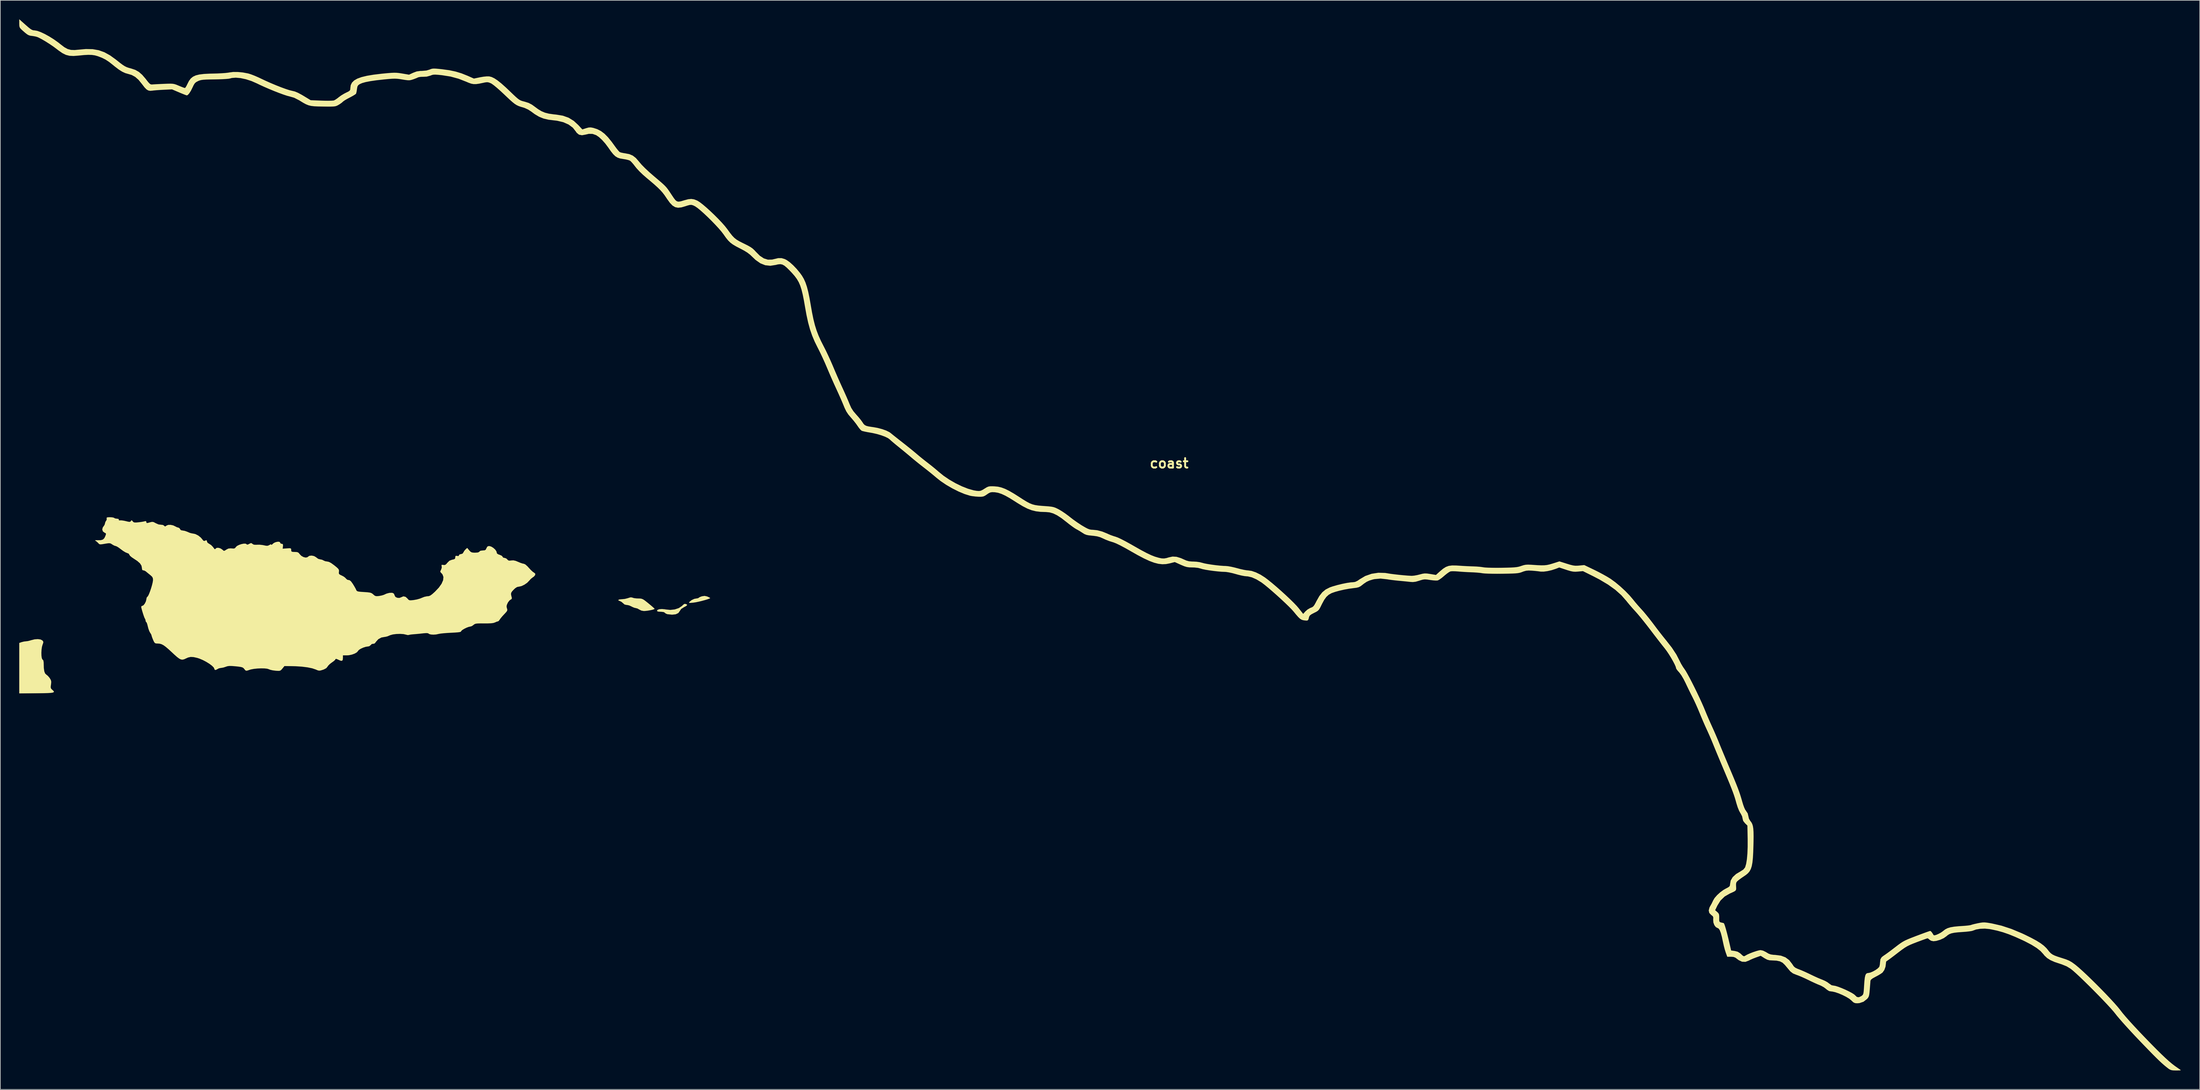
<source format=kicad_pcb>
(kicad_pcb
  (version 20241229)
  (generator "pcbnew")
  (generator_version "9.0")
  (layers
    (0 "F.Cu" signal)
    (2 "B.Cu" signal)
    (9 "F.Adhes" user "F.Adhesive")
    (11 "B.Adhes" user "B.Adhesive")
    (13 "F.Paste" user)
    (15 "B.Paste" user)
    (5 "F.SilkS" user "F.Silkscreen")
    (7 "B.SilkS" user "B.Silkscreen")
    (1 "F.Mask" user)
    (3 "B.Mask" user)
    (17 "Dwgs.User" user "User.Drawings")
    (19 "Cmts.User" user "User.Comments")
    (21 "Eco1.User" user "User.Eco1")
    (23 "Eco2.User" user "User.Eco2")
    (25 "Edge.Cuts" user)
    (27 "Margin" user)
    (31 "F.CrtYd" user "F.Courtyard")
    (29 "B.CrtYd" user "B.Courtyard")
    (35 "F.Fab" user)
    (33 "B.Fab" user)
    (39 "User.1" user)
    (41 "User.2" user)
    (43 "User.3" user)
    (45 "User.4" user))
  (footprint "coast"
    (layer "F.Cu")
    (at 182.131 70.358)
    (property "Reference" "coast" (at 0 0 0) (layer "F.SilkS") (effects (font (size 1.5 1.5) (thickness 0.3))))
    (attr board_only exclude_from_pos_files exclude_from_bom)
    (fp_poly (pts (xy -73.2 21.094) (xy -73.113 21.129) (xy -72.844 21.253) (xy -72.698 21.344) (xy -72.688 21.358) (xy -72.794 21.432) (xy -73.077 21.538) (xy -73.484 21.664) (xy -73.964 21.795) (xy -74.463 21.917) (xy -74.93 22.015) (xy -75.312 22.075) (xy -75.345 22.079) (xy -75.76 22.117) (xy -75.981 22.121) (xy -76.048 22.081) (xy -76.001 21.991) (xy -75.974 21.958) (xy -75.639 21.68) (xy -75.209 21.481) (xy -74.867 21.42) (xy -74.617 21.379) (xy -74.505 21.306) (xy -74.355 21.205) (xy -74.071 21.096) (xy -73.986 21.072) (xy -73.579 21.012)) (stroke (width 0) (type solid)) (fill yes) (layer "F.SilkS"))
    (fp_poly (pts (xy -76.57 22.292) (xy -76.368 22.386) (xy -76.355 22.495) (xy -76.542 22.641) (xy -76.85 22.803) (xy -77.285 23.084) (xy -77.5 23.396) (xy -77.733 23.726) (xy -78.149 23.925) (xy -78.731 23.988) (xy -79.467 23.912) (xy -79.477 23.91) (xy -79.738 23.808) (xy -79.864 23.692) (xy -80.056 23.576) (xy -80.452 23.528) (xy -80.537 23.527) (xy -80.906 23.507) (xy -81.084 23.438) (xy -81.116 23.357) (xy -81.011 23.211) (xy -80.731 23.119) (xy -80.333 23.091) (xy -79.871 23.134) (xy -79.745 23.158) (xy -79.013 23.232) (xy -78.299 23.154) (xy -77.66 22.939) (xy -77.153 22.601) (xy -77.008 22.445) (xy -76.777 22.277)) (stroke (width 0) (type solid)) (fill yes) (layer "F.SilkS"))
    (fp_poly (pts (xy -85.075 21.259) (xy -84.996 21.294) (xy -84.75 21.365) (xy -84.37 21.41) (xy -84.093 21.42) (xy -83.786 21.427) (xy -83.546 21.465) (xy -83.318 21.561) (xy -83.045 21.742) (xy -82.672 22.035) (xy -82.476 22.194) (xy -82.08 22.522) (xy -81.758 22.799) (xy -81.55 22.99) (xy -81.492 23.055) (xy -81.576 23.124) (xy -81.83 23.205) (xy -82.193 23.287) (xy -82.601 23.356) (xy -82.992 23.399) (xy -83.213 23.408) (xy -83.602 23.337) (xy -83.925 23.176) (xy -84.216 23.01) (xy -84.475 22.945) (xy -84.735 22.885) (xy -85.071 22.738) (xy -85.171 22.682) (xy -85.518 22.525) (xy -85.84 22.453) (xy -85.913 22.454) (xy -86.251 22.379) (xy -86.471 22.19) (xy -86.743 21.957) (xy -87.023 21.821) (xy -87.236 21.732) (xy -87.24 21.642) (xy -87.06 21.571) (xy -86.72 21.538) (xy -86.671 21.537) (xy -86.217 21.492) (xy -85.764 21.379) (xy -85.693 21.353) (xy -85.33 21.242)) (stroke (width 0) (type solid)) (fill yes) (layer "F.SilkS"))
    (fp_poly (pts (xy -178.758 27.916) (xy -178.466 28.068) (xy -178.455 28.08) (xy -178.334 28.244) (xy -178.321 28.412) (xy -178.413 28.68) (xy -178.437 28.738) (xy -178.537 29.091) (xy -178.601 29.538) (xy -178.626 30.02) (xy -178.615 30.476) (xy -178.566 30.844) (xy -178.479 31.064) (xy -178.439 31.095) (xy -178.314 31.238) (xy -178.262 31.563) (xy -178.26 31.706) (xy -178.239 32.433) (xy -178.167 32.955) (xy -178.038 33.297) (xy -177.852 33.48) (xy -177.61 33.673) (xy -177.353 33.968) (xy -177.292 34.055) (xy -177.122 34.351) (xy -177.062 34.619) (xy -177.09 34.973) (xy -177.104 35.061) (xy -177.15 35.418) (xy -177.124 35.635) (xy -177.005 35.799) (xy -176.9 35.892) (xy -176.727 36.049) (xy -176.642 36.172) (xy -176.665 36.265) (xy -176.815 36.333) (xy -177.113 36.38) (xy -177.579 36.41) (xy -178.232 36.429) (xy -179.093 36.439) (xy -179.413 36.442) (xy -182.131 36.461) (xy -182.131 32.464) (xy -182.131 28.466) (xy -181.762 28.338) (xy -181.395 28.245) (xy -181.075 28.209) (xy -180.762 28.17) (xy -180.372 28.071) (xy -180.258 28.034) (xy -179.718 27.897) (xy -179.197 27.858)) (stroke (width 0) (type solid)) (fill yes) (layer "F.SilkS"))
    (fp_poly (pts (xy -167.401 8.566) (xy -167.153 8.621) (xy -167.09 8.662) (xy -166.932 8.745) (xy -166.661 8.779) (xy -166.408 8.813) (xy -166.36 8.923) (xy -166.364 8.936) (xy -166.343 9.047) (xy -166.165 9.044) (xy -165.911 9.045) (xy -165.531 9.102) (xy -165.239 9.168) (xy -164.86 9.26) (xy -164.643 9.283) (xy -164.522 9.237) (xy -164.453 9.148) (xy -164.349 9.025) (xy -164.245 9.085) (xy -164.164 9.191) (xy -164.044 9.32) (xy -163.879 9.379) (xy -163.603 9.382) (xy -163.26 9.351) (xy -162.825 9.296) (xy -162.452 9.234) (xy -162.262 9.188) (xy -162.058 9.161) (xy -161.998 9.283) (xy -161.998 9.292) (xy -161.984 9.423) (xy -161.906 9.469) (xy -161.707 9.435) (xy -161.407 9.348) (xy -161.098 9.279) (xy -160.853 9.313) (xy -160.554 9.469) (xy -160.521 9.49) (xy -160.079 9.687) (xy -159.712 9.732) (xy -159.368 9.772) (xy -159.192 9.887) (xy -159.057 10.008) (xy -158.921 9.961) (xy -158.824 9.878) (xy -158.546 9.762) (xy -158.153 9.754) (xy -157.732 9.845) (xy -157.392 10.012) (xy -157.125 10.146) (xy -156.947 10.183) (xy -156.753 10.281) (xy -156.672 10.418) (xy -156.521 10.603) (xy -156.25 10.652) (xy -155.922 10.706) (xy -155.538 10.841) (xy -155.443 10.886) (xy -155.084 11.034) (xy -154.755 11.115) (xy -154.682 11.12) (xy -154.247 11.21) (xy -153.779 11.447) (xy -153.366 11.777) (xy -153.189 11.99) (xy -152.98 12.247) (xy -152.819 12.313) (xy -152.746 12.284) (xy -152.516 12.183) (xy -152.413 12.266) (xy -152.4 12.393) (xy -152.292 12.605) (xy -152.041 12.762) (xy -151.738 12.959) (xy -151.452 13.254) (xy -151.409 13.313) (xy -151.229 13.555) (xy -151.12 13.62) (xy -151.033 13.532) (xy -151.024 13.516) (xy -150.836 13.393) (xy -150.536 13.396) (xy -150.202 13.513) (xy -149.925 13.712) (xy -149.766 13.853) (xy -149.633 13.866) (xy -149.432 13.748) (xy -149.343 13.685) (xy -149.018 13.514) (xy -148.654 13.475) (xy -148.481 13.489) (xy -148.149 13.509) (xy -147.961 13.45) (xy -147.836 13.288) (xy -147.832 13.28) (xy -147.646 13.101) (xy -147.327 12.936) (xy -146.947 12.807) (xy -146.574 12.733) (xy -146.281 12.734) (xy -146.149 12.803) (xy -146.036 12.893) (xy -145.858 12.849) (xy -145.714 12.772) (xy -145.474 12.653) (xy -145.325 12.664) (xy -145.196 12.772) (xy -144.969 12.898) (xy -144.612 12.915) (xy -144.5 12.905) (xy -144.07 12.899) (xy -143.581 12.953) (xy -143.395 12.991) (xy -143.017 13.067) (xy -142.771 13.065) (xy -142.566 12.98) (xy -142.507 12.944) (xy -142.294 12.832) (xy -142.216 12.875) (xy -142.214 12.902) (xy -142.154 12.932) (xy -142.013 12.797) (xy -142.009 12.792) (xy -141.792 12.617) (xy -141.495 12.49) (xy -141.186 12.427) (xy -140.936 12.44) (xy -140.815 12.541) (xy -140.812 12.568) (xy -140.714 12.726) (xy -140.565 12.759) (xy -140.399 12.794) (xy -140.349 12.943) (xy -140.363 13.145) (xy -140.408 13.53) (xy -139.732 13.482) (xy -139.353 13.459) (xy -139.151 13.477) (xy -139.071 13.557) (xy -139.056 13.719) (xy -139.056 13.739) (xy -139.038 13.925) (xy -138.941 14.015) (xy -138.705 14.044) (xy -138.5 14.046) (xy -138.14 14.066) (xy -137.92 14.153) (xy -137.744 14.349) (xy -137.71 14.4) (xy -137.45 14.668) (xy -137.116 14.855) (xy -136.777 14.938) (xy -136.505 14.893) (xy -136.416 14.818) (xy -136.171 14.66) (xy -135.815 14.623) (xy -135.435 14.701) (xy -135.115 14.886) (xy -135.076 14.924) (xy -134.777 15.141) (xy -134.493 15.217) (xy -134.164 15.282) (xy -133.958 15.388) (xy -133.676 15.515) (xy -133.361 15.564) (xy -133.074 15.626) (xy -132.712 15.82) (xy -132.236 16.168) (xy -132.218 16.182) (xy -131.839 16.49) (xy -131.614 16.706) (xy -131.507 16.877) (xy -131.484 17.051) (xy -131.498 17.184) (xy -131.514 17.426) (xy -131.44 17.579) (xy -131.224 17.709) (xy -131.04 17.791) (xy -130.704 17.973) (xy -130.455 18.176) (xy -130.399 18.252) (xy -130.172 18.454) (xy -129.979 18.494) (xy -129.777 18.546) (xy -129.569 18.728) (xy -129.315 19.08) (xy -129.279 19.135) (xy -129.046 19.517) (xy -128.855 19.859) (xy -128.764 20.054) (xy -128.698 20.183) (xy -128.589 20.269) (xy -128.387 20.325) (xy -128.047 20.364) (xy -127.522 20.399) (xy -126.984 20.437) (xy -126.622 20.483) (xy -126.377 20.553) (xy -126.194 20.663) (xy -126.056 20.784) (xy -125.839 20.968) (xy -125.634 21.048) (xy -125.349 21.048) (xy -125.104 21.02) (xy -124.695 20.94) (xy -124.347 20.83) (xy -124.221 20.767) (xy -123.936 20.642) (xy -123.556 20.544) (xy -123.456 20.528) (xy -123.046 20.519) (xy -122.797 20.647) (xy -122.665 20.94) (xy -122.652 21.006) (xy -122.512 21.199) (xy -122.236 21.315) (xy -121.916 21.333) (xy -121.647 21.233) (xy -121.29 21.082) (xy -120.941 21.161) (xy -120.658 21.414) (xy -120.503 21.597) (xy -120.356 21.691) (xy -120.146 21.715) (xy -119.803 21.685) (xy -119.62 21.662) (xy -119.126 21.57) (xy -118.645 21.432) (xy -118.366 21.317) (xy -117.97 21.162) (xy -117.572 21.075) (xy -117.469 21.069) (xy -117.234 21.042) (xy -116.998 20.938) (xy -116.711 20.727) (xy -116.319 20.376) (xy -116.299 20.358) (xy -115.678 19.705) (xy -115.241 19.088) (xy -114.994 18.522) (xy -114.944 18.022) (xy -115.094 17.604) (xy -115.23 17.447) (xy -115.415 17.249) (xy -115.441 17.097) (xy -115.334 16.9) (xy -115.21 16.54) (xy -115.225 16.332) (xy -115.254 16.131) (xy -115.157 16.078) (xy -114.967 16.107) (xy -114.729 16.118) (xy -114.533 16.008) (xy -114.324 15.764) (xy -114.002 15.444) (xy -113.611 15.289) (xy -113.541 15.275) (xy -113.236 15.203) (xy -113.1 15.09) (xy -113.071 14.901) (xy -113.04 14.692) (xy -112.898 14.654) (xy -112.778 14.679) (xy -112.553 14.698) (xy -112.486 14.581) (xy -112.486 14.575) (xy -112.384 14.432) (xy -112.19 14.397) (xy -111.907 14.305) (xy -111.794 14.134) (xy -111.63 13.856) (xy -111.436 13.638) (xy -111.178 13.406) (xy -110.866 13.786) (xy -110.653 14.013) (xy -110.44 14.125) (xy -110.13 14.162) (xy -109.936 14.164) (xy -109.522 14.138) (xy -109.301 14.056) (xy -109.251 13.988) (xy -109.076 13.855) (xy -108.721 13.812) (xy -108.41 13.789) (xy -108.243 13.686) (xy -108.137 13.461) (xy -107.995 13.201) (xy -107.771 13.112) (xy -107.702 13.11) (xy -107.391 13.191) (xy -107.049 13.396) (xy -106.746 13.668) (xy -106.552 13.949) (xy -106.516 14.095) (xy -106.463 14.288) (xy -106.266 14.424) (xy -106.048 14.5) (xy -105.745 14.629) (xy -105.589 14.774) (xy -105.58 14.812) (xy -105.478 14.948) (xy -105.294 14.982) (xy -105.006 15.074) (xy -104.835 15.229) (xy -104.678 15.387) (xy -104.461 15.428) (xy -104.21 15.398) (xy -103.86 15.379) (xy -103.494 15.462) (xy -103.117 15.619) (xy -102.728 15.781) (xy -102.39 15.89) (xy -102.224 15.918) (xy -101.983 16.019) (xy -101.651 16.309) (xy -101.409 16.575) (xy -101.097 16.913) (xy -100.806 17.182) (xy -100.598 17.326) (xy -100.59 17.329) (xy -100.401 17.485) (xy -100.412 17.705) (xy -100.61 17.947) (xy -100.783 18.067) (xy -101.097 18.312) (xy -101.36 18.603) (xy -101.677 18.931) (xy -102.107 19.23) (xy -102.566 19.452) (xy -102.967 19.547) (xy -102.996 19.547) (xy -103.283 19.605) (xy -103.585 19.803) (xy -103.831 20.037) (xy -104.094 20.325) (xy -104.223 20.553) (xy -104.236 20.805) (xy -104.151 21.168) (xy -104.106 21.323) (xy -104.148 21.516) (xy -104.289 21.595) (xy -104.488 21.742) (xy -104.702 22.02) (xy -104.77 22.142) (xy -104.917 22.483) (xy -104.942 22.745) (xy -104.883 22.976) (xy -104.827 23.178) (xy -104.846 23.345) (xy -104.966 23.537) (xy -105.216 23.813) (xy -105.33 23.931) (xy -105.641 24.269) (xy -105.897 24.579) (xy -106.039 24.785) (xy -106.192 24.987) (xy -106.315 25.05) (xy -106.514 25.101) (xy -106.782 25.22) (xy -107.026 25.301) (xy -107.406 25.352) (xy -107.956 25.374) (xy -108.509 25.374) (xy -109.111 25.371) (xy -109.526 25.382) (xy -109.801 25.412) (xy -109.984 25.47) (xy -110.123 25.561) (xy -110.182 25.614) (xy -110.444 25.796) (xy -110.679 25.869) (xy -110.943 25.921) (xy -111.286 26.05) (xy -111.641 26.223) (xy -111.94 26.405) (xy -112.115 26.561) (xy -112.135 26.612) (xy -112.178 26.683) (xy -112.33 26.739) (xy -112.621 26.782) (xy -113.084 26.819) (xy -113.744 26.853) (xy -114.367 26.889) (xy -114.934 26.934) (xy -115.391 26.983) (xy -115.68 27.032) (xy -115.713 27.041) (xy -116.106 27.124) (xy -116.537 27.152) (xy -116.93 27.127) (xy -117.204 27.051) (xy -117.265 27.004) (xy -117.395 26.928) (xy -117.643 26.905) (xy -118.057 26.933) (xy -118.245 26.954) (xy -118.778 27.012) (xy -119.32 27.063) (xy -119.706 27.094) (xy -120.075 27.129) (xy -120.347 27.176) (xy -120.428 27.204) (xy -120.612 27.218) (xy -120.853 27.157) (xy -121.267 27.064) (xy -121.811 27.03) (xy -122.4 27.049) (xy -122.95 27.119) (xy -123.376 27.235) (xy -123.458 27.273) (xy -123.819 27.424) (xy -124.16 27.504) (xy -124.222 27.507) (xy -124.767 27.605) (xy -125.256 27.87) (xy -125.6 28.25) (xy -125.808 28.526) (xy -126.003 28.604) (xy -126.06 28.595) (xy -126.305 28.641) (xy -126.435 28.783) (xy -126.693 28.989) (xy -126.919 29.029) (xy -127.252 29.079) (xy -127.646 29.206) (xy -128.028 29.379) (xy -128.325 29.564) (xy -128.46 29.721) (xy -128.634 29.938) (xy -128.978 30.143) (xy -129.427 30.31) (xy -129.917 30.413) (xy -130.222 30.433) (xy -130.863 30.433) (xy -130.863 30.836) (xy -130.896 31.162) (xy -131.02 31.302) (xy -131.266 31.27) (xy -131.561 31.138) (xy -131.872 31.001) (xy -132.02 30.997) (xy -132.04 31.045) (xy -132.135 31.186) (xy -132.373 31.391) (xy -132.595 31.545) (xy -132.934 31.801) (xy -133.202 32.072) (xy -133.293 32.21) (xy -133.501 32.463) (xy -133.882 32.665) (xy -134.039 32.721) (xy -134.398 32.831) (xy -134.645 32.857) (xy -134.891 32.796) (xy -135.178 32.672) (xy -135.726 32.487) (xy -136.464 32.336) (xy -137.35 32.224) (xy -138.34 32.158) (xy -138.918 32.144) (xy -140.127 32.13) (xy -140.451 32.528) (xy -140.634 32.739) (xy -140.794 32.853) (xy -141.007 32.893) (xy -141.347 32.88) (xy -141.555 32.864) (xy -142 32.806) (xy -142.383 32.718) (xy -142.597 32.631) (xy -142.86 32.548) (xy -143.291 32.503) (xy -143.826 32.493) (xy -144.403 32.518) (xy -144.958 32.575) (xy -145.429 32.662) (xy -145.609 32.715) (xy -145.965 32.836) (xy -146.174 32.872) (xy -146.312 32.811) (xy -146.454 32.642) (xy -146.496 32.586) (xy -146.625 32.441) (xy -146.788 32.341) (xy -147.039 32.271) (xy -147.431 32.214) (xy -147.853 32.17) (xy -148.421 32.122) (xy -148.822 32.113) (xy -149.117 32.145) (xy -149.372 32.222) (xy -149.418 32.241) (xy -149.785 32.361) (xy -150.124 32.422) (xy -150.168 32.423) (xy -150.498 32.487) (xy -150.71 32.595) (xy -150.993 32.75) (xy -151.175 32.728) (xy -151.229 32.569) (xy -151.331 32.352) (xy -151.607 32.076) (xy -152.014 31.771) (xy -152.509 31.463) (xy -153.047 31.18) (xy -153.586 30.951) (xy -153.949 30.834) (xy -154.532 30.706) (xy -154.984 30.684) (xy -155.383 30.772) (xy -155.677 30.901) (xy -155.992 31.047) (xy -156.257 31.115) (xy -156.511 31.088) (xy -156.793 30.952) (xy -157.141 30.691) (xy -157.594 30.289) (xy -157.913 29.991) (xy -158.487 29.462) (xy -158.936 29.079) (xy -159.295 28.82) (xy -159.603 28.663) (xy -159.895 28.583) (xy -160.207 28.56) (xy -160.233 28.56) (xy -160.5 28.545) (xy -160.669 28.463) (xy -160.805 28.259) (xy -160.93 27.983) (xy -161.07 27.633) (xy -161.161 27.363) (xy -161.179 27.27) (xy -161.246 27.086) (xy -161.396 26.859) (xy -161.538 26.594) (xy -161.679 26.198) (xy -161.763 25.874) (xy -161.856 25.505) (xy -161.949 25.248) (xy -162.014 25.166) (xy -162.099 25.069) (xy -162.115 24.955) (xy -162.17 24.714) (xy -162.221 24.633) (xy -162.301 24.476) (xy -162.417 24.162) (xy -162.549 23.762) (xy -162.674 23.347) (xy -162.77 22.985) (xy -162.816 22.749) (xy -162.818 22.724) (xy -162.723 22.606) (xy -162.64 22.591) (xy -162.453 22.49) (xy -162.254 22.239) (xy -162.089 21.913) (xy -162.002 21.589) (xy -161.999 21.521) (xy -161.943 21.268) (xy -161.835 21.149) (xy -161.722 21.01) (xy -161.574 20.7) (xy -161.408 20.273) (xy -161.244 19.786) (xy -161.1 19.294) (xy -160.995 18.853) (xy -160.946 18.519) (xy -160.945 18.474) (xy -160.974 18.192) (xy -161.094 17.97) (xy -161.354 17.727) (xy -161.442 17.657) (xy -161.754 17.408) (xy -162.006 17.199) (xy -162.094 17.12) (xy -162.34 16.992) (xy -162.475 16.972) (xy -162.639 16.915) (xy -162.698 16.706) (xy -162.7 16.61) (xy -162.774 16.223) (xy -163.008 15.856) (xy -163.428 15.483) (xy -163.918 15.158) (xy -164.32 14.889) (xy -164.59 14.657) (xy -164.69 14.495) (xy -164.69 14.494) (xy -164.799 14.319) (xy -165.042 14.221) (xy -165.314 14.108) (xy -165.677 13.887) (xy -166.029 13.627) (xy -166.375 13.367) (xy -166.672 13.182) (xy -166.858 13.11) (xy -166.859 13.11) (xy -167.08 13.045) (xy -167.367 12.886) (xy -167.406 12.859) (xy -167.605 12.731) (xy -167.791 12.67) (xy -168.036 12.67) (xy -168.413 12.726) (xy -168.583 12.756) (xy -169.017 12.828) (xy -169.282 12.85) (xy -169.441 12.815) (xy -169.556 12.719) (xy -169.595 12.671) (xy -169.841 12.429) (xy -170.016 12.303) (xy -170.127 12.223) (xy -170.069 12.188) (xy -169.814 12.187) (xy -169.724 12.19) (xy -169.219 12.181) (xy -168.884 12.083) (xy -168.66 11.866) (xy -168.518 11.58) (xy -168.41 11.284) (xy -168.401 11.13) (xy -168.504 11.046) (xy -168.615 11.001) (xy -168.888 10.793) (xy -168.988 10.486) (xy -168.9 10.155) (xy -168.801 10.023) (xy -168.622 9.757) (xy -168.553 9.517) (xy -168.478 9.253) (xy -168.39 9.14) (xy -168.281 8.926) (xy -168.286 8.774) (xy -168.297 8.639) (xy -168.203 8.57) (xy -167.952 8.547) (xy -167.754 8.545)) (stroke (width 0) (type solid)) (fill yes) (layer "F.SilkS"))
    (fp_poly (pts (xy -181.138 -69.475) (xy -180.687 -69.082) (xy -180.36 -68.825) (xy -180.113 -68.675) (xy -179.902 -68.607) (xy -179.704 -68.592) (xy -179.285 -68.52) (xy -178.729 -68.32) (xy -178.076 -68.014) (xy -177.37 -67.624) (xy -176.651 -67.173) (xy -175.961 -66.682) (xy -175.573 -66.374) (xy -174.986 -65.926) (xy -174.468 -65.642) (xy -173.947 -65.501) (xy -173.351 -65.48) (xy -172.789 -65.533) (xy -171.572 -65.64) (xy -170.508 -65.618) (xy -169.55 -65.452) (xy -168.648 -65.129) (xy -167.753 -64.637) (xy -166.817 -63.961) (xy -166.713 -63.878) (xy -166.171 -63.446) (xy -165.758 -63.137) (xy -165.422 -62.921) (xy -165.115 -62.77) (xy -164.785 -62.655) (xy -164.393 -62.55) (xy -163.749 -62.334) (xy -163.188 -62.015) (xy -162.66 -61.556) (xy -162.113 -60.919) (xy -162.025 -60.804) (xy -161.712 -60.403) (xy -161.487 -60.162) (xy -161.31 -60.045) (xy -161.139 -60.019) (xy -161.089 -60.023) (xy -160.853 -60.041) (xy -160.439 -60.065) (xy -159.903 -60.092) (xy -159.303 -60.119) (xy -159.238 -60.122) (xy -158.61 -60.146) (xy -158.157 -60.153) (xy -157.822 -60.134) (xy -157.544 -60.084) (xy -157.266 -59.993) (xy -156.93 -59.856) (xy -156.855 -59.824) (xy -156.44 -59.653) (xy -156.105 -59.525) (xy -155.911 -59.464) (xy -155.893 -59.462) (xy -155.79 -59.56) (xy -155.637 -59.816) (xy -155.501 -60.095) (xy -155.254 -60.581) (xy -154.971 -60.962) (xy -154.622 -61.251) (xy -154.176 -61.462) (xy -153.604 -61.605) (xy -152.874 -61.693) (xy -151.956 -61.74) (xy -151.434 -61.751) (xy -150.728 -61.769) (xy -150.056 -61.802) (xy -149.474 -61.844) (xy -149.037 -61.894) (xy -148.871 -61.924) (xy -148.267 -62.004) (xy -147.522 -62.003) (xy -146.713 -61.926) (xy -145.916 -61.776) (xy -145.787 -61.744) (xy -145.378 -61.612) (xy -144.844 -61.404) (xy -144.266 -61.153) (xy -143.914 -60.987) (xy -143.123 -60.614) (xy -142.291 -60.244) (xy -141.457 -59.894) (xy -140.664 -59.581) (xy -139.952 -59.321) (xy -139.364 -59.129) (xy -138.94 -59.023) (xy -138.909 -59.017) (xy -138.478 -58.911) (xy -137.989 -58.709) (xy -137.392 -58.388) (xy -137.114 -58.223) (xy -135.971 -57.53) (xy -134.265 -57.464) (xy -133.635 -57.446) (xy -133.07 -57.444) (xy -132.62 -57.457) (xy -132.335 -57.483) (xy -132.283 -57.495) (xy -132.035 -57.628) (xy -131.71 -57.856) (xy -131.534 -57.998) (xy -131.155 -58.277) (xy -130.684 -58.562) (xy -130.377 -58.719) (xy -130.005 -58.899) (xy -129.8 -59.041) (xy -129.712 -59.196) (xy -129.692 -59.418) (xy -129.692 -59.453) (xy -129.63 -59.913) (xy -129.437 -60.311) (xy -129.097 -60.652) (xy -128.598 -60.943) (xy -127.924 -61.19) (xy -127.061 -61.399) (xy -125.995 -61.577) (xy -124.712 -61.73) (xy -124.512 -61.75) (xy -123.764 -61.821) (xy -123.194 -61.865) (xy -122.748 -61.883) (xy -122.372 -61.875) (xy -122.01 -61.841) (xy -121.609 -61.781) (xy -121.473 -61.759) (xy -120.396 -61.574) (xy -119.747 -61.876) (xy -119.187 -62.086) (xy -118.626 -62.167) (xy -118.372 -62.171) (xy -117.642 -62.233) (xy -117.143 -62.382) (xy -116.923 -62.471) (xy -116.716 -62.525) (xy -116.473 -62.546) (xy -116.141 -62.535) (xy -115.67 -62.493) (xy -115.13 -62.434) (xy -113.991 -62.277) (xy -112.998 -62.066) (xy -112.062 -61.779) (xy -111.096 -61.392) (xy -111.039 -61.367) (xy -110.119 -60.959) (xy -109.146 -61.163) (xy -108.595 -61.257) (xy -108.085 -61.307) (xy -107.704 -61.305) (xy -107.685 -61.302) (xy -107.301 -61.203) (xy -106.866 -60.992) (xy -106.359 -60.655) (xy -105.761 -60.177) (xy -105.051 -59.544) (xy -104.416 -58.941) (xy -103.881 -58.426) (xy -103.477 -58.048) (xy -103.168 -57.782) (xy -102.918 -57.601) (xy -102.69 -57.481) (xy -102.447 -57.395) (xy -102.152 -57.317) (xy -102.087 -57.301) (xy -101.454 -57.102) (xy -100.919 -56.821) (xy -100.573 -56.571) (xy -99.954 -56.114) (xy -99.406 -55.784) (xy -98.86 -55.554) (xy -98.247 -55.399) (xy -97.499 -55.292) (xy -97.105 -55.253) (xy -96.033 -55.079) (xy -95.113 -54.753) (xy -94.303 -54.255) (xy -93.597 -53.606) (xy -92.944 -52.9) (xy -92.355 -53.093) (xy -91.94 -53.205) (xy -91.601 -53.22) (xy -91.211 -53.146) (xy -90.572 -52.938) (xy -89.991 -52.639) (xy -89.437 -52.221) (xy -88.878 -51.658) (xy -88.283 -50.924) (xy -87.851 -50.328) (xy -87.549 -49.915) (xy -87.274 -49.574) (xy -87.067 -49.351) (xy -86.998 -49.298) (xy -86.769 -49.225) (xy -86.405 -49.15) (xy -86.149 -49.112) (xy -85.488 -48.981) (xy -84.948 -48.748) (xy -84.467 -48.372) (xy -83.98 -47.817) (xy -83.93 -47.752) (xy -83.541 -47.297) (xy -82.991 -46.739) (xy -82.311 -46.107) (xy -81.595 -45.484) (xy -80.967 -44.954) (xy -80.486 -44.543) (xy -80.12 -44.217) (xy -79.837 -43.944) (xy -79.607 -43.691) (xy -79.397 -43.423) (xy -79.177 -43.109) (xy -78.915 -42.715) (xy -78.786 -42.519) (xy -78.448 -42.016) (xy -78.188 -41.685) (xy -77.953 -41.505) (xy -77.692 -41.454) (xy -77.353 -41.508) (xy -76.884 -41.647) (xy -76.804 -41.672) (xy -76.183 -41.838) (xy -75.69 -41.889) (xy -75.245 -41.822) (xy -74.771 -41.635) (xy -74.703 -41.602) (xy -74.341 -41.374) (xy -73.858 -41.003) (xy -73.29 -40.52) (xy -72.67 -39.959) (xy -72.032 -39.351) (xy -71.411 -38.73) (xy -70.84 -38.127) (xy -70.355 -37.576) (xy -69.987 -37.109) (xy -69.983 -37.103) (xy -69.549 -36.505) (xy -69.194 -36.058) (xy -68.868 -35.719) (xy -68.521 -35.445) (xy -68.103 -35.192) (xy -67.563 -34.916) (xy -67.339 -34.807) (xy -66.738 -34.508) (xy -66.297 -34.258) (xy -65.962 -34.02) (xy -65.676 -33.755) (xy -65.466 -33.523) (xy -64.823 -32.879) (xy -64.189 -32.462) (xy -63.548 -32.264) (xy -62.883 -32.28) (xy -62.564 -32.358) (xy -61.919 -32.508) (xy -61.38 -32.508) (xy -60.868 -32.353) (xy -60.569 -32.199) (xy -60.089 -31.86) (xy -59.544 -31.371) (xy -58.986 -30.787) (xy -58.466 -30.158) (xy -58.15 -29.716) (xy -57.857 -29.217) (xy -57.601 -28.648) (xy -57.373 -27.976) (xy -57.163 -27.167) (xy -56.96 -26.187) (xy -56.779 -25.155) (xy -56.56 -23.9) (xy -56.341 -22.83) (xy -56.107 -21.894) (xy -55.841 -21.044) (xy -55.529 -20.229) (xy -55.155 -19.4) (xy -54.702 -18.508) (xy -54.664 -18.435) (xy -54.368 -17.852) (xy -54.023 -17.129) (xy -53.665 -16.347) (xy -53.331 -15.584) (xy -53.225 -15.334) (xy -52.895 -14.552) (xy -52.517 -13.68) (xy -52.133 -12.813) (xy -51.785 -12.044) (xy -51.709 -11.881) (xy -51.41 -11.224) (xy -51.114 -10.56) (xy -50.852 -9.954) (xy -50.653 -9.473) (xy -50.611 -9.365) (xy -50.342 -8.766) (xy -50.008 -8.248) (xy -49.563 -7.726) (xy -49.202 -7.32) (xy -48.871 -6.918) (xy -48.63 -6.591) (xy -48.587 -6.524) (xy -48.408 -6.254) (xy -48.222 -6.066) (xy -47.979 -5.937) (xy -47.625 -5.844) (xy -47.108 -5.761) (xy -46.871 -5.729) (xy -46.15 -5.599) (xy -45.443 -5.41) (xy -44.809 -5.182) (xy -44.31 -4.936) (xy -44.085 -4.775) (xy -43.91 -4.63) (xy -43.587 -4.37) (xy -43.154 -4.027) (xy -42.65 -3.63) (xy -42.314 -3.368) (xy -41.728 -2.907) (xy -41.139 -2.436) (xy -40.602 -2) (xy -40.171 -1.642) (xy -40.031 -1.522) (xy -39.599 -1.158) (xy -39.064 -0.722) (xy -38.508 -0.282) (xy -38.217 -0.057) (xy -37.707 0.341) (xy -37.187 0.762) (xy -36.733 1.142) (xy -36.52 1.33) (xy -35.72 1.98) (xy -34.803 2.6) (xy -33.819 3.166) (xy -32.817 3.652) (xy -31.847 4.034) (xy -30.958 4.287) (xy -30.477 4.368) (xy -30.121 4.391) (xy -29.847 4.35) (xy -29.558 4.217) (xy -29.248 4.024) (xy -28.919 3.819) (xy -28.659 3.699) (xy -28.385 3.646) (xy -28.013 3.64) (xy -27.682 3.651) (xy -27.126 3.704) (xy -26.574 3.832) (xy -25.989 4.048) (xy -25.333 4.371) (xy -24.569 4.815) (xy -23.82 5.29) (xy -23.118 5.744) (xy -22.56 6.084) (xy -22.094 6.331) (xy -21.67 6.502) (xy -21.237 6.616) (xy -20.744 6.692) (xy -20.14 6.747) (xy -19.714 6.777) (xy -19.095 6.823) (xy -18.644 6.875) (xy -18.297 6.947) (xy -17.987 7.055) (xy -17.65 7.215) (xy -17.485 7.3) (xy -17.018 7.575) (xy -16.47 7.942) (xy -15.932 8.338) (xy -15.739 8.492) (xy -15.196 8.911) (xy -14.56 9.364) (xy -13.94 9.774) (xy -13.743 9.895) (xy -13.231 10.193) (xy -12.854 10.383) (xy -12.553 10.488) (xy -12.269 10.53) (xy -12.097 10.535) (xy -11.38 10.61) (xy -10.583 10.82) (xy -9.793 11.14) (xy -9.709 11.182) (xy -9.276 11.37) (xy -8.765 11.551) (xy -8.501 11.628) (xy -8.13 11.763) (xy -7.586 12.016) (xy -6.889 12.376) (xy -6.06 12.833) (xy -5.51 13.149) (xy -4.447 13.751) (xy -3.562 14.22) (xy -2.842 14.562) (xy -2.278 14.783) (xy -2.234 14.797) (xy -1.629 14.975) (xy -1.17 15.068) (xy -0.787 15.08) (xy -0.41 15.014) (xy -0.07 14.91) (xy 0.546 14.778) (xy 1.176 14.816) (xy 1.87 15.03) (xy 2.25 15.201) (xy 2.737 15.414) (xy 3.155 15.526) (xy 3.63 15.566) (xy 3.828 15.568) (xy 4.337 15.595) (xy 4.835 15.666) (xy 5.165 15.751) (xy 5.527 15.848) (xy 6.061 15.952) (xy 6.701 16.054) (xy 7.386 16.146) (xy 8.052 16.217) (xy 8.636 16.261) (xy 8.95 16.27) (xy 9.316 16.303) (xy 9.825 16.392) (xy 10.4 16.523) (xy 10.769 16.621) (xy 11.331 16.769) (xy 11.865 16.885) (xy 12.298 16.957) (xy 12.497 16.972) (xy 13.072 17.055) (xy 13.752 17.289) (xy 14.483 17.651) (xy 15.176 18.093) (xy 15.709 18.496) (xy 16.341 19.009) (xy 17.037 19.601) (xy 17.76 20.239) (xy 18.474 20.89) (xy 19.144 21.521) (xy 19.734 22.1) (xy 20.207 22.594) (xy 20.493 22.926) (xy 21.234 23.862) (xy 21.59 23.46) (xy 21.927 23.167) (xy 22.319 22.939) (xy 22.415 22.902) (xy 22.654 22.805) (xy 22.839 22.668) (xy 23.012 22.441) (xy 23.216 22.074) (xy 23.344 21.822) (xy 23.79 21.033) (xy 24.261 20.437) (xy 24.801 19.993) (xy 25.455 19.662) (xy 25.869 19.517) (xy 26.649 19.292) (xy 27.432 19.101) (xy 28.159 18.955) (xy 28.77 18.866) (xy 29.115 18.845) (xy 29.455 18.798) (xy 29.811 18.634) (xy 30.174 18.385) (xy 31.061 17.859) (xy 32.065 17.508) (xy 33.136 17.343) (xy 34.222 17.375) (xy 34.588 17.433) (xy 35.048 17.508) (xy 35.666 17.588) (xy 36.371 17.668) (xy 37.09 17.739) (xy 37.752 17.794) (xy 38.285 17.826) (xy 38.451 17.831) (xy 38.813 17.8) (xy 39.286 17.716) (xy 39.699 17.614) (xy 40.135 17.501) (xy 40.481 17.453) (xy 40.841 17.464) (xy 41.316 17.532) (xy 41.37 17.541) (xy 42.261 17.691) (xy 42.873 17.138) (xy 43.379 16.712) (xy 43.829 16.425) (xy 44.287 16.256) (xy 44.818 16.186) (xy 45.486 16.195) (xy 45.821 16.216) (xy 46.495 16.261) (xy 47.224 16.3) (xy 47.892 16.328) (xy 48.166 16.336) (xy 48.716 16.36) (xy 49.246 16.404) (xy 49.662 16.459) (xy 49.747 16.476) (xy 50.028 16.51) (xy 50.499 16.537) (xy 51.114 16.554) (xy 51.829 16.561) (xy 52.598 16.556) (xy 52.673 16.555) (xy 53.513 16.538) (xy 54.16 16.518) (xy 54.652 16.49) (xy 55.03 16.451) (xy 55.334 16.396) (xy 55.605 16.322) (xy 55.775 16.264) (xy 56.148 16.143) (xy 56.482 16.076) (xy 56.856 16.057) (xy 57.352 16.077) (xy 57.589 16.093) (xy 58.363 16.144) (xy 58.959 16.168) (xy 59.434 16.159) (xy 59.843 16.115) (xy 60.241 16.03) (xy 60.685 15.902) (xy 60.803 15.865) (xy 61.819 15.542) (xy 62.988 15.912) (xy 63.555 16.084) (xy 63.977 16.186) (xy 64.33 16.23) (xy 64.688 16.226) (xy 64.956 16.204) (xy 65.754 16.126) (xy 67.364 16.9) (xy 68.033 17.234) (xy 68.722 17.601) (xy 69.361 17.961) (xy 69.873 18.273) (xy 69.954 18.326) (xy 70.686 18.861) (xy 71.469 19.513) (xy 72.239 20.224) (xy 72.932 20.936) (xy 73.486 21.589) (xy 73.486 21.59) (xy 73.827 22.013) (xy 74.254 22.513) (xy 74.689 22.999) (xy 74.807 23.126) (xy 75.158 23.519) (xy 75.597 24.045) (xy 76.08 24.646) (xy 76.558 25.264) (xy 76.755 25.525) (xy 77.22 26.144) (xy 77.71 26.782) (xy 78.178 27.38) (xy 78.575 27.874) (xy 78.707 28.034) (xy 79.631 29.215) (xy 80.348 30.308) (xy 80.833 31.253) (xy 81.084 31.753) (xy 81.391 32.266) (xy 81.621 32.594) (xy 81.822 32.895) (xy 82.099 33.374) (xy 82.436 33.994) (xy 82.813 34.719) (xy 83.213 35.514) (xy 83.619 36.343) (xy 84.011 37.168) (xy 84.372 37.955) (xy 84.684 38.666) (xy 84.874 39.126) (xy 85.129 39.746) (xy 85.44 40.473) (xy 85.762 41.204) (xy 85.974 41.67) (xy 86.278 42.343) (xy 86.605 43.093) (xy 86.91 43.813) (xy 87.086 44.244) (xy 87.275 44.712) (xy 87.535 45.345) (xy 87.847 46.095) (xy 88.189 46.913) (xy 88.541 47.749) (xy 88.717 48.166) (xy 89.167 49.229) (xy 89.535 50.111) (xy 89.834 50.845) (xy 90.077 51.465) (xy 90.275 52.002) (xy 90.443 52.491) (xy 90.591 52.965) (xy 90.734 53.456) (xy 90.776 53.609) (xy 90.93 54.114) (xy 91.09 54.553) (xy 91.232 54.863) (xy 91.294 54.955) (xy 91.644 55.475) (xy 91.768 55.997) (xy 91.768 56.013) (xy 91.842 56.311) (xy 92.025 56.63) (xy 92.057 56.67) (xy 92.233 56.906) (xy 92.367 57.168) (xy 92.464 57.486) (xy 92.528 57.892) (xy 92.563 58.42) (xy 92.574 59.101) (xy 92.564 59.966) (xy 92.551 60.515) (xy 92.516 61.622) (xy 92.466 62.524) (xy 92.392 63.249) (xy 92.286 63.825) (xy 92.14 64.282) (xy 91.945 64.647) (xy 91.693 64.949) (xy 91.376 65.216) (xy 91.116 65.395) (xy 90.714 65.667) (xy 90.326 65.949) (xy 90.153 66.084) (xy 89.93 66.286) (xy 89.821 66.476) (xy 89.791 66.743) (xy 89.802 67.041) (xy 89.817 67.358) (xy 89.794 67.571) (xy 89.696 67.726) (xy 89.484 67.865) (xy 89.121 68.034) (xy 88.827 68.162) (xy 87.998 68.639) (xy 87.337 69.279) (xy 86.845 70.07) (xy 86.488 70.816) (xy 86.816 71.099) (xy 87.008 71.292) (xy 87.103 71.502) (xy 87.131 71.813) (xy 87.129 72.036) (xy 87.128 72.412) (xy 87.166 72.616) (xy 87.267 72.713) (xy 87.422 72.758) (xy 87.696 72.821) (xy 87.847 72.86) (xy 87.926 72.989) (xy 88.046 73.324) (xy 88.201 73.845) (xy 88.384 74.528) (xy 88.59 75.353) (xy 88.803 76.258) (xy 89.017 77.195) (xy 89.59 77.275) (xy 90.06 77.395) (xy 90.447 77.642) (xy 90.589 77.772) (xy 90.85 78.013) (xy 91.019 78.107) (xy 91.162 78.079) (xy 91.257 78.019) (xy 91.568 77.845) (xy 92.013 77.646) (xy 92.521 77.451) (xy 93.02 77.284) (xy 93.441 77.17) (xy 93.682 77.136) (xy 94.068 77.218) (xy 94.524 77.441) (xy 94.617 77.5) (xy 94.96 77.703) (xy 95.283 77.82) (xy 95.682 77.88) (xy 96.023 77.9) (xy 96.903 78.014) (xy 97.624 78.283) (xy 98.213 78.724) (xy 98.698 79.351) (xy 98.737 79.416) (xy 98.941 79.715) (xy 99.177 79.92) (xy 99.525 80.091) (xy 99.759 80.18) (xy 100.19 80.352) (xy 100.74 80.592) (xy 101.319 80.862) (xy 101.6 80.999) (xy 102.162 81.269) (xy 102.742 81.531) (xy 103.251 81.745) (xy 103.454 81.823) (xy 103.898 82.016) (xy 104.298 82.245) (xy 104.528 82.423) (xy 104.931 82.7) (xy 105.221 82.755) (xy 105.531 82.807) (xy 105.982 82.948) (xy 106.52 83.153) (xy 107.093 83.399) (xy 107.647 83.663) (xy 108.13 83.92) (xy 108.489 84.146) (xy 108.656 84.296) (xy 108.936 84.56) (xy 109.246 84.605) (xy 109.618 84.434) (xy 109.671 84.398) (xy 109.807 84.29) (xy 109.902 84.168) (xy 109.966 83.985) (xy 110.01 83.697) (xy 110.046 83.257) (xy 110.077 82.747) (xy 110.13 82.008) (xy 110.194 81.472) (xy 110.281 81.11) (xy 110.399 80.892) (xy 110.56 80.787) (xy 110.728 80.765) (xy 111.053 80.7) (xy 111.46 80.531) (xy 111.877 80.3) (xy 112.234 80.046) (xy 112.461 79.811) (xy 112.494 79.749) (xy 112.571 79.426) (xy 112.603 79.052) (xy 112.662 78.585) (xy 112.871 78.245) (xy 113.214 77.99) (xy 113.445 77.836) (xy 113.815 77.571) (xy 114.277 77.228) (xy 114.788 76.84) (xy 114.952 76.713) (xy 115.439 76.339) (xy 115.837 76.049) (xy 116.198 75.817) (xy 116.57 75.614) (xy 117.004 75.416) (xy 117.55 75.194) (xy 118.259 74.921) (xy 118.373 74.878) (xy 119.027 74.632) (xy 119.609 74.417) (xy 120.082 74.247) (xy 120.41 74.135) (xy 120.556 74.093) (xy 120.557 74.093) (xy 120.694 74.183) (xy 120.866 74.401) (xy 120.875 74.415) (xy 121.02 74.647) (xy 121.099 74.771) (xy 121.1 74.774) (xy 121.24 74.795) (xy 121.514 74.717) (xy 121.861 74.568) (xy 122.219 74.375) (xy 122.525 74.165) (xy 122.592 74.109) (xy 122.92 73.855) (xy 123.29 73.664) (xy 123.745 73.523) (xy 124.328 73.423) (xy 125.079 73.35) (xy 125.537 73.321) (xy 126.077 73.283) (xy 126.54 73.237) (xy 126.87 73.19) (xy 127 73.156) (xy 127.193 73.091) (xy 127.547 73) (xy 127.996 72.899) (xy 128.112 72.875) (xy 128.536 72.794) (xy 128.873 72.752) (xy 129.194 72.749) (xy 129.57 72.788) (xy 130.073 72.87) (xy 130.35 72.92) (xy 131.847 73.266) (xy 133.411 73.781) (xy 135.073 74.474) (xy 135.544 74.694) (xy 136.56 75.196) (xy 137.382 75.642) (xy 138.036 76.049) (xy 138.55 76.437) (xy 138.952 76.823) (xy 139.161 77.075) (xy 139.416 77.397) (xy 139.654 77.641) (xy 139.923 77.834) (xy 140.269 78.005) (xy 140.741 78.179) (xy 141.385 78.385) (xy 141.483 78.415) (xy 142.091 78.615) (xy 142.557 78.81) (xy 142.97 79.044) (xy 143.416 79.363) (xy 143.59 79.498) (xy 144.073 79.901) (xy 144.671 80.437) (xy 145.357 81.078) (xy 146.101 81.796) (xy 146.877 82.562) (xy 147.656 83.348) (xy 148.41 84.125) (xy 149.11 84.866) (xy 149.729 85.54) (xy 150.239 86.121) (xy 150.612 86.579) (xy 150.681 86.672) (xy 151.029 87.12) (xy 151.528 87.711) (xy 152.162 88.427) (xy 152.913 89.248) (xy 153.764 90.156) (xy 154.551 90.978) (xy 155.547 92.005) (xy 156.406 92.875) (xy 157.147 93.606) (xy 157.787 94.216) (xy 158.347 94.722) (xy 158.845 95.142) (xy 159.301 95.494) (xy 159.732 95.794) (xy 159.745 95.803) (xy 160.028 95.996) (xy 160.208 96.134) (xy 160.242 96.173) (xy 160.135 96.194) (xy 159.855 96.208) (xy 159.46 96.212) (xy 159.452 96.212) (xy 158.99 96.196) (xy 158.673 96.136) (xy 158.413 96.009) (xy 158.246 95.891) (xy 157.903 95.621) (xy 157.562 95.338) (xy 157.202 95.02) (xy 156.802 94.647) (xy 156.342 94.199) (xy 155.8 93.656) (xy 155.155 92.997) (xy 154.388 92.203) (xy 153.717 91.505) (xy 152.993 90.742) (xy 152.283 89.979) (xy 151.612 89.246) (xy 151.008 88.572) (xy 150.496 87.985) (xy 150.101 87.515) (xy 149.899 87.256) (xy 149.588 86.871) (xy 149.136 86.356) (xy 148.568 85.738) (xy 147.913 85.045) (xy 147.198 84.304) (xy 146.449 83.543) (xy 145.695 82.789) (xy 144.963 82.071) (xy 144.28 81.414) (xy 143.673 80.849) (xy 143.17 80.4) (xy 142.802 80.1) (xy 142.158 79.707) (xy 141.357 79.384) (xy 141.105 79.304) (xy 140.252 79.019) (xy 139.59 78.726) (xy 139.073 78.399) (xy 138.659 78.012) (xy 138.459 77.764) (xy 138.021 77.285) (xy 137.404 76.797) (xy 136.593 76.291) (xy 135.573 75.756) (xy 135.137 75.548) (xy 134.003 75.037) (xy 133.007 74.632) (xy 132.091 74.315) (xy 131.197 74.065) (xy 130.266 73.863) (xy 129.928 73.802) (xy 129.208 73.733) (xy 128.472 73.76) (xy 127.801 73.874) (xy 127.293 74.06) (xy 127.085 74.116) (xy 126.702 74.175) (xy 126.199 74.228) (xy 125.712 74.265) (xy 124.941 74.32) (xy 124.359 74.386) (xy 123.924 74.476) (xy 123.592 74.6) (xy 123.319 74.77) (xy 123.117 74.943) (xy 122.687 75.244) (xy 122.124 75.501) (xy 121.526 75.676) (xy 121.049 75.732) (xy 120.68 75.65) (xy 120.445 75.498) (xy 120.248 75.327) (xy 120.127 75.264) (xy 119.994 75.303) (xy 119.682 75.412) (xy 119.233 75.575) (xy 118.688 75.778) (xy 118.427 75.876) (xy 117.808 76.115) (xy 117.323 76.32) (xy 116.914 76.523) (xy 116.523 76.758) (xy 116.093 77.058) (xy 115.565 77.456) (xy 115.263 77.689) (xy 114.744 78.088) (xy 114.289 78.431) (xy 113.929 78.694) (xy 113.697 78.853) (xy 113.627 78.891) (xy 113.563 78.993) (xy 113.539 79.214) (xy 113.468 79.775) (xy 113.28 80.293) (xy 113.008 80.679) (xy 112.974 80.711) (xy 112.71 80.899) (xy 112.319 81.135) (xy 111.883 81.368) (xy 111.878 81.37) (xy 111.422 81.621) (xy 111.165 81.824) (xy 111.082 81.994) (xy 111.068 82.209) (xy 111.039 82.592) (xy 111.001 83.08) (xy 110.977 83.372) (xy 110.928 83.913) (xy 110.873 84.28) (xy 110.796 84.53) (xy 110.68 84.723) (xy 110.544 84.879) (xy 109.987 85.315) (xy 109.338 85.535) (xy 108.964 85.564) (xy 108.641 85.536) (xy 108.388 85.42) (xy 108.112 85.169) (xy 108.054 85.107) (xy 107.72 84.835) (xy 107.229 84.538) (xy 106.648 84.247) (xy 106.041 83.99) (xy 105.474 83.798) (xy 105.012 83.698) (xy 104.893 83.691) (xy 104.537 83.631) (xy 104.198 83.42) (xy 104.063 83.3) (xy 103.692 83.02) (xy 103.241 82.772) (xy 103.063 82.698) (xy 102.715 82.557) (xy 102.23 82.341) (xy 101.677 82.083) (xy 101.249 81.874) (xy 100.681 81.603) (xy 100.111 81.349) (xy 99.615 81.146) (xy 99.339 81.048) (xy 98.809 80.83) (xy 98.417 80.534) (xy 98.285 80.39) (xy 97.969 80.013) (xy 97.626 79.604) (xy 97.521 79.48) (xy 97.164 79.138) (xy 96.746 78.921) (xy 96.21 78.807) (xy 95.566 78.776) (xy 95.096 78.751) (xy 94.732 78.655) (xy 94.347 78.45) (xy 94.278 78.407) (xy 93.699 78.039) (xy 92.938 78.31) (xy 92.489 78.484) (xy 92.078 78.664) (xy 91.826 78.795) (xy 91.287 78.999) (xy 90.738 78.975) (xy 90.204 78.724) (xy 90.044 78.6) (xy 89.71 78.346) (xy 89.415 78.224) (xy 89.043 78.19) (xy 88.983 78.19) (xy 88.402 78.19) (xy 88.159 77.517) (xy 88.015 77.061) (xy 87.864 76.491) (xy 87.737 75.924) (xy 87.728 75.881) (xy 87.548 75.038) (xy 87.379 74.41) (xy 87.214 73.981) (xy 87.045 73.732) (xy 86.886 73.647) (xy 86.598 73.498) (xy 86.36 73.184) (xy 86.206 72.771) (xy 86.173 72.328) (xy 86.175 72.3) (xy 86.192 71.974) (xy 86.119 71.776) (xy 85.914 71.605) (xy 85.868 71.575) (xy 85.559 71.258) (xy 85.464 70.857) (xy 85.585 70.385) (xy 85.711 70.151) (xy 85.93 69.762) (xy 86.12 69.368) (xy 86.151 69.294) (xy 86.393 68.885) (xy 86.79 68.429) (xy 87.282 67.98) (xy 87.814 67.592) (xy 88.174 67.388) (xy 88.543 67.195) (xy 88.745 67.042) (xy 88.828 66.878) (xy 88.841 66.712) (xy 88.946 66.115) (xy 89.263 65.574) (xy 89.8 65.081) (xy 90.505 64.658) (xy 90.955 64.369) (xy 91.215 64.044) (xy 91.243 63.983) (xy 91.395 63.466) (xy 91.513 62.742) (xy 91.593 61.836) (xy 91.634 60.773) (xy 91.634 59.577) (xy 91.633 59.484) (xy 91.592 57.404) (xy 91.212 57.032) (xy 90.925 56.67) (xy 90.831 56.312) (xy 90.831 56.295) (xy 90.754 55.943) (xy 90.549 55.535) (xy 90.487 55.443) (xy 90.273 55.054) (xy 90.052 54.508) (xy 89.854 53.877) (xy 89.845 53.843) (xy 89.721 53.398) (xy 89.592 52.969) (xy 89.445 52.526) (xy 89.27 52.039) (xy 89.055 51.478) (xy 88.788 50.812) (xy 88.458 50.013) (xy 88.054 49.049) (xy 87.738 48.301) (xy 87.394 47.484) (xy 87.05 46.664) (xy 86.727 45.889) (xy 86.446 45.208) (xy 86.226 44.671) (xy 86.15 44.481) (xy 85.879 43.823) (xy 85.56 43.083) (xy 85.248 42.387) (xy 85.146 42.168) (xy 84.881 41.586) (xy 84.572 40.88) (xy 84.262 40.147) (xy 84.026 39.573) (xy 83.751 38.912) (xy 83.445 38.216) (xy 83.148 37.574) (xy 82.922 37.115) (xy 82.643 36.566) (xy 82.317 35.904) (xy 81.993 35.231) (xy 81.818 34.858) (xy 81.478 34.183) (xy 81.137 33.605) (xy 80.829 33.182) (xy 80.767 33.113) (xy 80.512 32.822) (xy 80.341 32.582) (xy 80.297 32.474) (xy 80.234 32.233) (xy 80.063 31.846) (xy 79.81 31.36) (xy 79.501 30.82) (xy 79.163 30.272) (xy 78.822 29.763) (xy 78.505 29.339) (xy 78.49 29.321) (xy 78.178 28.931) (xy 77.762 28.401) (xy 77.279 27.777) (xy 76.764 27.107) (xy 76.255 26.437) (xy 76.215 26.384) (xy 75.701 25.715) (xy 75.171 25.043) (xy 74.662 24.415) (xy 74.212 23.878) (xy 73.86 23.479) (xy 73.84 23.458) (xy 73.406 22.979) (xy 72.962 22.468) (xy 72.577 22.005) (xy 72.427 21.814) (xy 71.631 20.907) (xy 70.667 20.046) (xy 69.516 19.219) (xy 68.161 18.412) (xy 67.185 17.904) (xy 65.545 17.088) (xy 64.756 17.16) (xy 64.342 17.185) (xy 63.982 17.165) (xy 63.597 17.089) (xy 63.104 16.944) (xy 62.881 16.871) (xy 61.793 16.511) (xy 61.242 16.724) (xy 60.599 16.934) (xy 59.937 17.086) (xy 59.329 17.167) (xy 58.849 17.164) (xy 58.798 17.157) (xy 58.452 17.109) (xy 57.975 17.058) (xy 57.472 17.015) (xy 56.949 16.993) (xy 56.552 17.025) (xy 56.178 17.124) (xy 55.95 17.21) (xy 55.719 17.296) (xy 55.483 17.362) (xy 55.208 17.41) (xy 54.855 17.445) (xy 54.388 17.469) (xy 53.77 17.486) (xy 52.964 17.499) (xy 52.731 17.502) (xy 51.943 17.506) (xy 51.203 17.501) (xy 50.553 17.486) (xy 50.037 17.463) (xy 49.698 17.433) (xy 49.633 17.423) (xy 49.283 17.37) (xy 48.782 17.322) (xy 48.215 17.285) (xy 47.936 17.274) (xy 47.291 17.247) (xy 46.598 17.207) (xy 45.979 17.162) (xy 45.81 17.147) (xy 45.324 17.113) (xy 44.896 17.104) (xy 44.605 17.122) (xy 44.569 17.13) (xy 44.347 17.24) (xy 44.019 17.468) (xy 43.646 17.769) (xy 43.557 17.847) (xy 43.183 18.159) (xy 42.837 18.408) (xy 42.582 18.551) (xy 42.542 18.564) (xy 42.288 18.581) (xy 41.884 18.558) (xy 41.41 18.501) (xy 41.326 18.488) (xy 40.844 18.417) (xy 40.497 18.396) (xy 40.191 18.433) (xy 39.833 18.532) (xy 39.614 18.605) (xy 39.063 18.764) (xy 38.61 18.82) (xy 38.228 18.799) (xy 37.85 18.757) (xy 37.322 18.704) (xy 36.731 18.647) (xy 36.403 18.617) (xy 35.808 18.557) (xy 35.223 18.487) (xy 34.737 18.417) (xy 34.543 18.384) (xy 33.488 18.268) (xy 32.513 18.357) (xy 32.242 18.42) (xy 31.712 18.583) (xy 31.285 18.782) (xy 30.857 19.068) (xy 30.579 19.288) (xy 30.285 19.505) (xy 30.007 19.641) (xy 29.659 19.725) (xy 29.171 19.786) (xy 28.478 19.879) (xy 27.723 20.018) (xy 26.975 20.188) (xy 26.306 20.372) (xy 25.785 20.553) (xy 25.706 20.587) (xy 25.276 20.832) (xy 24.909 21.166) (xy 24.569 21.632) (xy 24.219 22.276) (xy 24.151 22.415) (xy 23.928 22.868) (xy 23.749 23.167) (xy 23.562 23.368) (xy 23.314 23.529) (xy 22.967 23.701) (xy 22.534 23.929) (xy 22.283 24.125) (xy 22.172 24.324) (xy 22.167 24.345) (xy 22.08 24.7) (xy 21.978 24.878) (xy 21.796 24.928) (xy 21.472 24.902) (xy 21.191 24.857) (xy 20.952 24.772) (xy 20.718 24.618) (xy 20.45 24.364) (xy 20.113 23.981) (xy 19.719 23.502) (xy 19.403 23.148) (xy 18.942 22.679) (xy 18.372 22.128) (xy 17.73 21.527) (xy 17.052 20.91) (xy 16.373 20.31) (xy 15.732 19.759) (xy 15.163 19.29) (xy 14.703 18.937) (xy 14.594 18.86) (xy 13.822 18.391) (xy 13.1 18.072) (xy 12.466 17.921) (xy 12.28 17.91) (xy 11.933 17.875) (xy 11.444 17.782) (xy 10.89 17.647) (xy 10.583 17.559) (xy 10.021 17.407) (xy 9.471 17.288) (xy 9.016 17.218) (xy 8.837 17.207) (xy 8.338 17.187) (xy 7.727 17.136) (xy 7.063 17.062) (xy 6.402 16.973) (xy 5.802 16.876) (xy 5.319 16.778) (xy 5.012 16.689) (xy 5.008 16.687) (xy 4.589 16.576) (xy 4.018 16.513) (xy 3.676 16.504) (xy 3.188 16.491) (xy 2.795 16.435) (xy 2.401 16.316) (xy 1.908 16.11) (xy 1.836 16.078) (xy 0.891 15.651) (xy 0.093 15.858) (xy -0.49 15.971) (xy -1.078 15.997) (xy -1.695 15.928) (xy -2.37 15.756) (xy -3.128 15.473) (xy -3.997 15.07) (xy -5.002 14.54) (xy -5.97 13.992) (xy -6.951 13.434) (xy -7.752 13.007) (xy -8.382 12.703) (xy -8.853 12.519) (xy -8.981 12.482) (xy -9.495 12.322) (xy -10.065 12.1) (xy -10.439 11.928) (xy -10.927 11.712) (xy -11.412 11.576) (xy -11.997 11.493) (xy -12.177 11.477) (xy -12.716 11.42) (xy -13.099 11.343) (xy -13.405 11.221) (xy -13.704 11.038) (xy -14.115 10.774) (xy -14.545 10.523) (xy -14.698 10.442) (xy -14.98 10.27) (xy -15.383 9.988) (xy -15.852 9.635) (xy -16.278 9.297) (xy -17.065 8.687) (xy -17.745 8.243) (xy -18.356 7.946) (xy -18.934 7.779) (xy -19.518 7.723) (xy -19.547 7.723) (xy -20.371 7.696) (xy -21.095 7.608) (xy -21.77 7.442) (xy -22.449 7.181) (xy -23.182 6.806) (xy -24.021 6.301) (xy -24.371 6.076) (xy -25.229 5.536) (xy -25.945 5.133) (xy -26.553 4.852) (xy -27.087 4.677) (xy -27.583 4.592) (xy -27.645 4.587) (xy -28.051 4.573) (xy -28.342 4.625) (xy -28.631 4.775) (xy -28.856 4.931) (xy -29.181 5.147) (xy -29.453 5.263) (xy -29.77 5.304) (xy -30.172 5.302) (xy -30.694 5.267) (xy -31.228 5.199) (xy -31.536 5.14) (xy -32.388 4.876) (xy -33.343 4.478) (xy -34.339 3.978) (xy -35.315 3.411) (xy -36.209 2.807) (xy -36.871 2.281) (xy -37.274 1.94) (xy -37.793 1.513) (xy -38.361 1.059) (xy -38.861 0.668) (xy -39.41 0.239) (xy -39.976 -0.213) (xy -40.488 -0.631) (xy -40.851 -0.936) (xy -41.249 -1.274) (xy -41.762 -1.701) (xy -42.324 -2.163) (xy -42.84 -2.581) (xy -43.31 -2.964) (xy -43.725 -3.31) (xy -44.044 -3.585) (xy -44.228 -3.755) (xy -44.244 -3.772) (xy -44.524 -3.982) (xy -44.986 -4.208) (xy -45.578 -4.429) (xy -46.25 -4.629) (xy -46.952 -4.79) (xy -47.268 -4.846) (xy -47.798 -4.937) (xy -48.258 -5.031) (xy -48.589 -5.114) (xy -48.708 -5.158) (xy -48.894 -5.321) (xy -49.138 -5.614) (xy -49.33 -5.889) (xy -49.602 -6.274) (xy -49.966 -6.737) (xy -50.351 -7.187) (xy -50.414 -7.257) (xy -50.819 -7.738) (xy -51.13 -8.211) (xy -51.404 -8.772) (xy -51.539 -9.101) (xy -51.754 -9.62) (xy -52.036 -10.274) (xy -52.351 -10.984) (xy -52.665 -11.674) (xy -52.72 -11.793) (xy -53.055 -12.524) (xy -53.433 -13.374) (xy -53.813 -14.245) (xy -54.15 -15.039) (xy -54.197 -15.151) (xy -54.518 -15.899) (xy -54.887 -16.714) (xy -55.262 -17.507) (xy -55.602 -18.19) (xy -55.667 -18.314) (xy -56.144 -19.28) (xy -56.544 -20.229) (xy -56.883 -21.213) (xy -57.175 -22.283) (xy -57.439 -23.49) (xy -57.657 -24.698) (xy -57.853 -25.821) (xy -58.038 -26.747) (xy -58.227 -27.512) (xy -58.433 -28.15) (xy -58.672 -28.698) (xy -58.959 -29.191) (xy -59.308 -29.664) (xy -59.734 -30.153) (xy -60.072 -30.51) (xy -60.553 -30.989) (xy -60.932 -31.308) (xy -61.259 -31.489) (xy -61.582 -31.551) (xy -61.952 -31.515) (xy -62.318 -31.427) (xy -63.168 -31.296) (xy -63.972 -31.381) (xy -64.746 -31.687) (xy -65.504 -32.22) (xy -65.958 -32.65) (xy -66.374 -33.048) (xy -66.811 -33.385) (xy -67.338 -33.709) (xy -67.899 -34.005) (xy -68.577 -34.357) (xy -69.093 -34.661) (xy -69.499 -34.962) (xy -69.849 -35.303) (xy -70.194 -35.729) (xy -70.581 -36.276) (xy -70.907 -36.704) (xy -71.355 -37.227) (xy -71.892 -37.809) (xy -72.482 -38.419) (xy -73.093 -39.023) (xy -73.691 -39.587) (xy -74.241 -40.077) (xy -74.709 -40.461) (xy -75.062 -40.704) (xy -75.091 -40.72) (xy -75.412 -40.878) (xy -75.674 -40.947) (xy -75.956 -40.929) (xy -76.336 -40.825) (xy -76.61 -40.734) (xy -77.255 -40.547) (xy -77.786 -40.492) (xy -78.242 -40.583) (xy -78.661 -40.838) (xy -79.081 -41.274) (xy -79.54 -41.908) (xy -79.648 -42.072) (xy -79.94 -42.501) (xy -80.246 -42.896) (xy -80.595 -43.288) (xy -81.019 -43.707) (xy -81.548 -44.186) (xy -82.212 -44.753) (xy -82.758 -45.208) (xy -83.358 -45.731) (xy -83.912 -46.265) (xy -84.363 -46.754) (xy -84.557 -46.997) (xy -84.857 -47.384) (xy -85.14 -47.71) (xy -85.352 -47.917) (xy -85.383 -47.94) (xy -85.628 -48.04) (xy -86.021 -48.138) (xy -86.477 -48.214) (xy -86.962 -48.296) (xy -87.357 -48.428) (xy -87.705 -48.64) (xy -88.046 -48.965) (xy -88.421 -49.433) (xy -88.845 -50.039) (xy -89.313 -50.666) (xy -89.817 -51.232) (xy -90.31 -51.688) (xy -90.744 -51.985) (xy -90.754 -51.991) (xy -91.325 -52.191) (xy -91.918 -52.2) (xy -92.416 -52.084) (xy -93.003 -51.978) (xy -93.472 -52.071) (xy -93.838 -52.367) (xy -93.968 -52.56) (xy -94.45 -53.174) (xy -95.12 -53.673) (xy -95.953 -54.043) (xy -96.927 -54.274) (xy -97.371 -54.326) (xy -98.312 -54.441) (xy -99.096 -54.626) (xy -99.797 -54.911) (xy -100.488 -55.323) (xy -101.054 -55.74) (xy -101.544 -56.055) (xy -102.092 -56.305) (xy -102.283 -56.367) (xy -102.701 -56.488) (xy -103.044 -56.609) (xy -103.351 -56.755) (xy -103.659 -56.951) (xy -104.004 -57.224) (xy -104.423 -57.596) (xy -104.955 -58.095) (xy -105.272 -58.397) (xy -105.896 -58.98) (xy -106.458 -59.479) (xy -106.932 -59.871) (xy -107.289 -60.131) (xy -107.439 -60.216) (xy -107.755 -60.342) (xy -108.02 -60.384) (xy -108.341 -60.348) (xy -108.603 -60.293) (xy -109.265 -60.154) (xy -109.768 -60.082) (xy -110.178 -60.082) (xy -110.561 -60.156) (xy -110.983 -60.308) (xy -111.271 -60.433) (xy -112.544 -60.932) (xy -113.809 -61.276) (xy -115.175 -61.491) (xy -115.236 -61.498) (xy -115.819 -61.557) (xy -116.226 -61.583) (xy -116.515 -61.575) (xy -116.741 -61.53) (xy -116.961 -61.445) (xy -116.999 -61.428) (xy -117.592 -61.265) (xy -118.104 -61.241) (xy -118.511 -61.231) (xy -118.85 -61.182) (xy -118.982 -61.137) (xy -119.23 -61.025) (xy -119.594 -60.885) (xy -119.785 -60.818) (xy -120.074 -60.73) (xy -120.328 -60.688) (xy -120.618 -60.692) (xy -121.013 -60.741) (xy -121.454 -60.813) (xy -121.898 -60.884) (xy -122.279 -60.927) (xy -122.653 -60.942) (xy -123.08 -60.93) (xy -123.618 -60.89) (xy -124.326 -60.822) (xy -124.396 -60.815) (xy -125.561 -60.685) (xy -126.509 -60.549) (xy -127.254 -60.405) (xy -127.814 -60.249) (xy -128.206 -60.078) (xy -128.212 -60.074) (xy -128.444 -59.905) (xy -128.569 -59.69) (xy -128.634 -59.341) (xy -128.641 -59.28) (xy -128.695 -58.911) (xy -128.762 -58.63) (xy -128.796 -58.551) (xy -128.939 -58.433) (xy -129.238 -58.248) (xy -129.637 -58.028) (xy -129.795 -57.947) (xy -130.228 -57.717) (xy -130.591 -57.501) (xy -130.822 -57.337) (xy -130.86 -57.3) (xy -131.053 -57.129) (xy -131.362 -56.912) (xy -131.537 -56.804) (xy -131.736 -56.692) (xy -131.92 -56.613) (xy -132.132 -56.56) (xy -132.414 -56.53) (xy -132.807 -56.517) (xy -133.355 -56.517) (xy -134 -56.524) (xy -134.799 -56.538) (xy -135.416 -56.567) (xy -135.905 -56.625) (xy -136.32 -56.727) (xy -136.713 -56.885) (xy -137.139 -57.113) (xy -137.649 -57.425) (xy -137.758 -57.493) (xy -138.585 -57.919) (xy -139.29 -58.123) (xy -139.705 -58.231) (xy -140.286 -58.423) (xy -140.988 -58.68) (xy -141.767 -58.984) (xy -142.577 -59.319) (xy -143.374 -59.665) (xy -144.112 -60.005) (xy -144.484 -60.187) (xy -145.348 -60.565) (xy -146.224 -60.849) (xy -147.067 -61.03) (xy -147.831 -61.099) (xy -148.47 -61.049) (xy -148.735 -60.975) (xy -148.957 -60.932) (xy -149.369 -60.894) (xy -149.925 -60.861) (xy -150.581 -60.838) (xy -151.171 -60.827) (xy -151.945 -60.816) (xy -152.527 -60.8) (xy -152.956 -60.773) (xy -153.274 -60.732) (xy -153.522 -60.673) (xy -153.74 -60.592) (xy -153.81 -60.56) (xy -154.114 -60.399) (xy -154.327 -60.207) (xy -154.509 -59.917) (xy -154.674 -59.567) (xy -154.937 -59.035) (xy -155.2 -58.621) (xy -155.434 -58.362) (xy -155.587 -58.291) (xy -155.731 -58.335) (xy -156.041 -58.452) (xy -156.464 -58.623) (xy -156.812 -58.769) (xy -157.935 -59.247) (xy -159.235 -59.185) (xy -159.824 -59.152) (xy -160.381 -59.113) (xy -160.832 -59.072) (xy -161.044 -59.045) (xy -161.405 -59.017) (xy -161.704 -59.075) (xy -161.985 -59.249) (xy -162.293 -59.566) (xy -162.671 -60.055) (xy -162.709 -60.106) (xy -163.243 -60.761) (xy -163.765 -61.222) (xy -164.322 -61.526) (xy -164.847 -61.683) (xy -165.339 -61.825) (xy -165.827 -62.049) (xy -166.358 -62.383) (xy -166.978 -62.854) (xy -167.27 -63.094) (xy -167.902 -63.594) (xy -168.466 -63.965) (xy -169.043 -64.255) (xy -169.707 -64.509) (xy -170.152 -64.634) (xy -170.633 -64.703) (xy -171.198 -64.719) (xy -171.896 -64.682) (xy -172.742 -64.598) (xy -173.532 -64.537) (xy -174.177 -64.569) (xy -174.745 -64.714) (xy -175.305 -64.991) (xy -175.925 -65.422) (xy -176.143 -65.592) (xy -176.689 -66.001) (xy -177.31 -66.426) (xy -177.95 -66.833) (xy -178.552 -67.186) (xy -179.058 -67.449) (xy -179.278 -67.544) (xy -179.595 -67.631) (xy -179.998 -67.701) (xy -180.103 -67.714) (xy -180.398 -67.754) (xy -180.639 -67.828) (xy -180.883 -67.966) (xy -181.187 -68.202) (xy -181.585 -68.548) (xy -181.885 -68.826) (xy -182.049 -69.04) (xy -182.117 -69.279) (xy -182.131 -69.63) (xy -182.131 -69.695) (xy -182.131 -70.358)) (stroke (width 0) (type solid)) (fill yes) (layer "F.SilkS")))
  (gr_rect
    (start -3 -3)
    (end 345.373 169.571)
    (stroke (width 0.1) (type default))
    (fill no)
    (layer "Edge.Cuts")))
</source>
